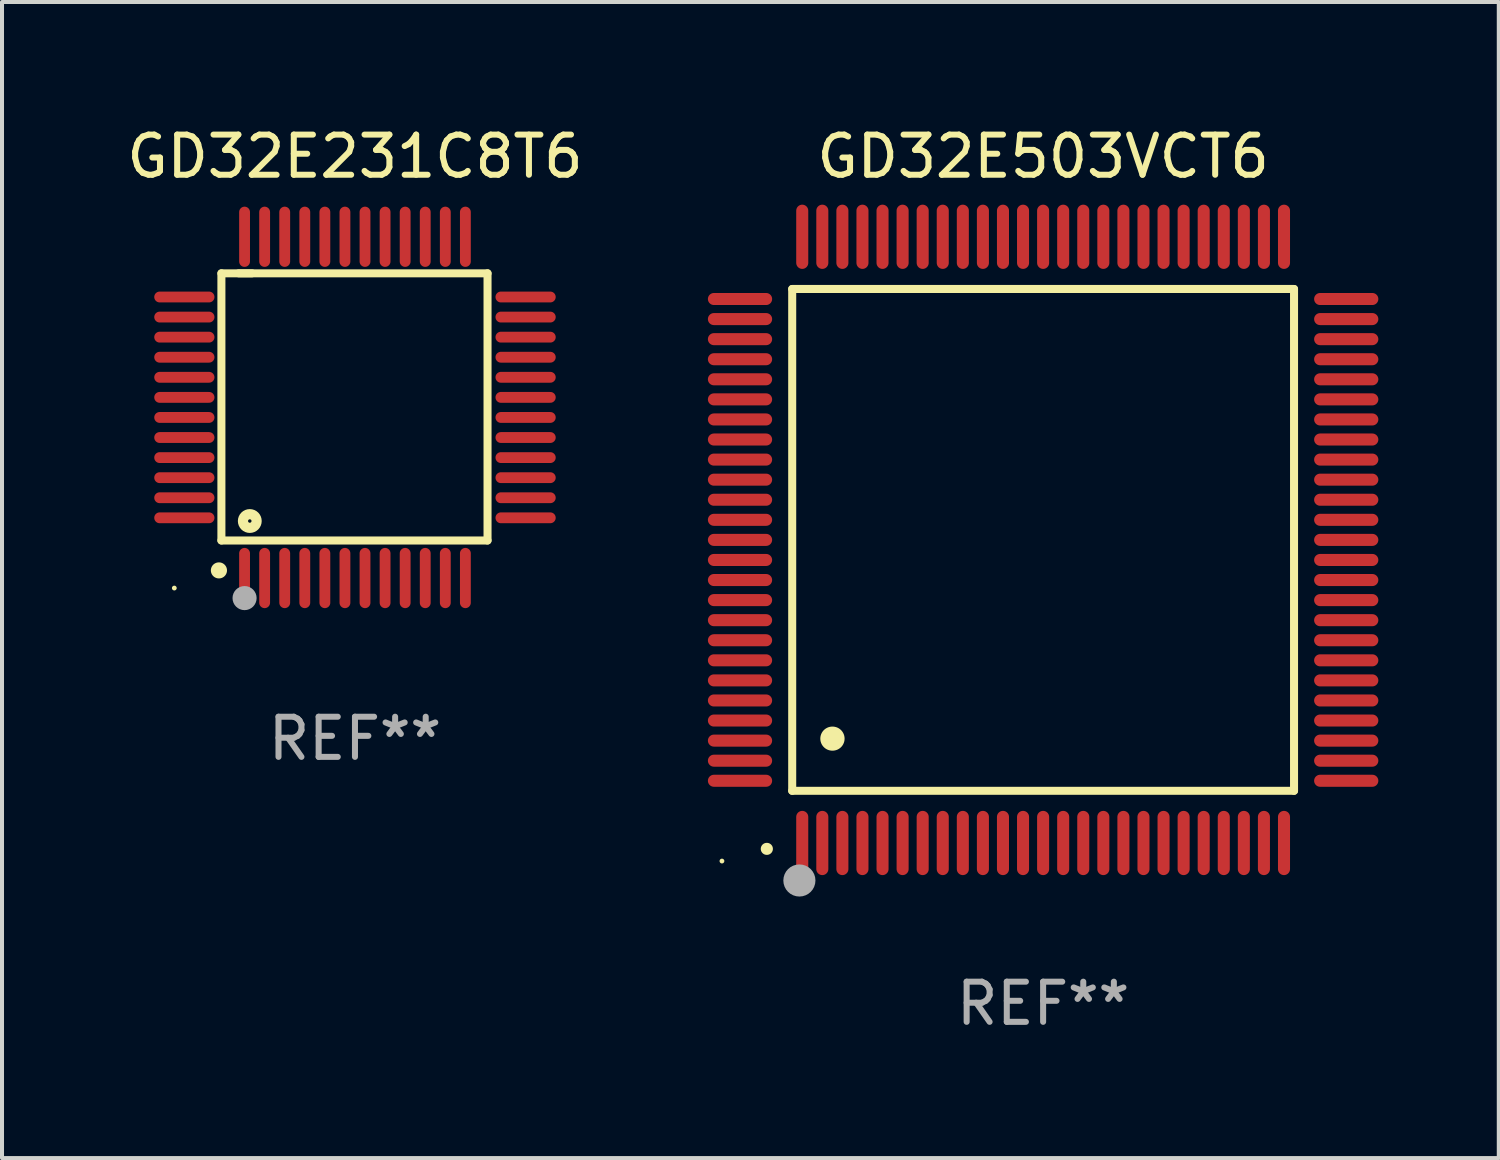
<source format=kicad_pcb>
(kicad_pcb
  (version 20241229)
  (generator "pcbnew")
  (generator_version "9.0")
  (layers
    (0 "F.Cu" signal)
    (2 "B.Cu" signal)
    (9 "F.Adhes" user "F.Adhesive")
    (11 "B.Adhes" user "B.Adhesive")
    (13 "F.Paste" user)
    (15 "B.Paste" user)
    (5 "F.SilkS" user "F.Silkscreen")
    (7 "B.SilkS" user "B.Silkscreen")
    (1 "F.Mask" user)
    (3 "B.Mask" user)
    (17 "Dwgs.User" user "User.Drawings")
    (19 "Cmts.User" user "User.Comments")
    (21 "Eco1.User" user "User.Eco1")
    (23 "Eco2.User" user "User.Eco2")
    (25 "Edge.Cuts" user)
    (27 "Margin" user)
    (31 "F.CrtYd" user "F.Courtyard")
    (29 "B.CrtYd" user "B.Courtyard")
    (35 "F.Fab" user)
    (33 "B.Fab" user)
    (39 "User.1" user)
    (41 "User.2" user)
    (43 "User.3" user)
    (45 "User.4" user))
  (footprint "GD32E503VCT6"
    (layer "F.Cu")
    (at 22.933 10.398)
    (property "Reference" "GD32E503VCT6" (at 0 -9.55 0) (layer "F.SilkS") (effects (font (size 1 1) (thickness 0.15))))
    (attr through_hole)
    (fp_line (start -6.25 -6.25) (end -6.25 6.25) (stroke (width 0.2) (type solid)) (layer "F.SilkS"))
    (fp_line (start -6.25 6.25) (end 6.25 6.25) (stroke (width 0.2) (type solid)) (layer "F.SilkS"))
    (fp_line (start 6.25 -6.25) (end -6.25 -6.25) (stroke (width 0.2) (type solid)) (layer "F.SilkS"))
    (fp_line (start 6.25 6.25) (end 6.25 -6.25) (stroke (width 0.2) (type solid)) (layer "F.SilkS"))
    (fp_arc (start -6.883414 7.696215) (mid -6.882144 7.69621) (end -6.880874 7.696215) (stroke (width 0.3) (type solid)) (layer "F.SilkS"))
    (fp_arc (start -5.250191 4.95047) (mid -5.247651 4.950459) (end -5.245111 4.95047) (stroke (width 0.6) (type solid)) (layer "F.SilkS"))
    (fp_circle (center -8 8) (end -7.97 8) (stroke (width 0.06) (type solid)) (fill no) (layer "F.SilkS"))
    (fp_circle (center -6.071 8.484) (end -5.871 8.484) (stroke (width 0.4) (type solid)) (fill no) (layer "F.Fab"))
    (fp_text user "REF**" (at 0 11.55 0) (layer "F.Fab") (effects (font (size 1 1) (thickness 0.15))))
    (pad "1" smd oval (at -6 7.55) (size 0.3 1.6) (layers "F.Cu" "F.Mask" "F.Paste"))
    (pad "2" smd oval (at -5.5 7.55) (size 0.3 1.6) (layers "F.Cu" "F.Mask" "F.Paste"))
    (pad "3" smd oval (at -5 7.55) (size 0.3 1.6) (layers "F.Cu" "F.Mask" "F.Paste"))
    (pad "4" smd oval (at -4.5 7.55) (size 0.3 1.6) (layers "F.Cu" "F.Mask" "F.Paste"))
    (pad "5" smd oval (at -4 7.55) (size 0.3 1.6) (layers "F.Cu" "F.Mask" "F.Paste"))
    (pad "6" smd oval (at -3.5 7.55) (size 0.3 1.6) (layers "F.Cu" "F.Mask" "F.Paste"))
    (pad "7" smd oval (at -3 7.55) (size 0.3 1.6) (layers "F.Cu" "F.Mask" "F.Paste"))
    (pad "8" smd oval (at -2.5 7.55) (size 0.3 1.6) (layers "F.Cu" "F.Mask" "F.Paste"))
    (pad "9" smd oval (at -2 7.55) (size 0.3 1.6) (layers "F.Cu" "F.Mask" "F.Paste"))
    (pad "10" smd oval (at -1.5 7.55) (size 0.3 1.6) (layers "F.Cu" "F.Mask" "F.Paste"))
    (pad "11" smd oval (at -1 7.55) (size 0.3 1.6) (layers "F.Cu" "F.Mask" "F.Paste"))
    (pad "12" smd oval (at -0.5 7.55) (size 0.3 1.6) (layers "F.Cu" "F.Mask" "F.Paste"))
    (pad "13" smd oval (at 0 7.55) (size 0.3 1.6) (layers "F.Cu" "F.Mask" "F.Paste"))
    (pad "14" smd oval (at 0.5 7.55) (size 0.3 1.6) (layers "F.Cu" "F.Mask" "F.Paste"))
    (pad "15" smd oval (at 1 7.55) (size 0.3 1.6) (layers "F.Cu" "F.Mask" "F.Paste"))
    (pad "16" smd oval (at 1.5 7.55) (size 0.3 1.6) (layers "F.Cu" "F.Mask" "F.Paste"))
    (pad "17" smd oval (at 2 7.55) (size 0.3 1.6) (layers "F.Cu" "F.Mask" "F.Paste"))
    (pad "18" smd oval (at 2.5 7.55) (size 0.3 1.6) (layers "F.Cu" "F.Mask" "F.Paste"))
    (pad "19" smd oval (at 3 7.55) (size 0.3 1.6) (layers "F.Cu" "F.Mask" "F.Paste"))
    (pad "20" smd oval (at 3.5 7.55) (size 0.3 1.6) (layers "F.Cu" "F.Mask" "F.Paste"))
    (pad "21" smd oval (at 4 7.55) (size 0.3 1.6) (layers "F.Cu" "F.Mask" "F.Paste"))
    (pad "22" smd oval (at 4.5 7.55) (size 0.3 1.6) (layers "F.Cu" "F.Mask" "F.Paste"))
    (pad "23" smd oval (at 5 7.55) (size 0.3 1.6) (layers "F.Cu" "F.Mask" "F.Paste"))
    (pad "24" smd oval (at 5.5 7.55) (size 0.3 1.6) (layers "F.Cu" "F.Mask" "F.Paste"))
    (pad "25" smd oval (at 6 7.55) (size 0.3 1.6) (layers "F.Cu" "F.Mask" "F.Paste"))
    (pad "26" smd oval (at 7.55 6) (size 1.6 0.3) (layers "F.Cu" "F.Mask" "F.Paste"))
    (pad "27" smd oval (at 7.55 5.5) (size 1.6 0.3) (layers "F.Cu" "F.Mask" "F.Paste"))
    (pad "28" smd oval (at 7.55 5) (size 1.6 0.3) (layers "F.Cu" "F.Mask" "F.Paste"))
    (pad "29" smd oval (at 7.55 4.5) (size 1.6 0.3) (layers "F.Cu" "F.Mask" "F.Paste"))
    (pad "30" smd oval (at 7.55 4) (size 1.6 0.3) (layers "F.Cu" "F.Mask" "F.Paste"))
    (pad "31" smd oval (at 7.55 3.5) (size 1.6 0.3) (layers "F.Cu" "F.Mask" "F.Paste"))
    (pad "32" smd oval (at 7.55 3) (size 1.6 0.3) (layers "F.Cu" "F.Mask" "F.Paste"))
    (pad "33" smd oval (at 7.55 2.5) (size 1.6 0.3) (layers "F.Cu" "F.Mask" "F.Paste"))
    (pad "34" smd oval (at 7.55 2) (size 1.6 0.3) (layers "F.Cu" "F.Mask" "F.Paste"))
    (pad "35" smd oval (at 7.55 1.5) (size 1.6 0.3) (layers "F.Cu" "F.Mask" "F.Paste"))
    (pad "36" smd oval (at 7.55 1) (size 1.6 0.3) (layers "F.Cu" "F.Mask" "F.Paste"))
    (pad "37" smd oval (at 7.55 0.5) (size 1.6 0.3) (layers "F.Cu" "F.Mask" "F.Paste"))
    (pad "38" smd oval (at 7.55 0) (size 1.6 0.3) (layers "F.Cu" "F.Mask" "F.Paste"))
    (pad "39" smd oval (at 7.55 -0.5) (size 1.6 0.3) (layers "F.Cu" "F.Mask" "F.Paste"))
    (pad "40" smd oval (at 7.55 -1) (size 1.6 0.3) (layers "F.Cu" "F.Mask" "F.Paste"))
    (pad "41" smd oval (at 7.55 -1.5) (size 1.6 0.3) (layers "F.Cu" "F.Mask" "F.Paste"))
    (pad "42" smd oval (at 7.55 -2) (size 1.6 0.3) (layers "F.Cu" "F.Mask" "F.Paste"))
    (pad "43" smd oval (at 7.55 -2.5) (size 1.6 0.3) (layers "F.Cu" "F.Mask" "F.Paste"))
    (pad "44" smd oval (at 7.55 -3) (size 1.6 0.3) (layers "F.Cu" "F.Mask" "F.Paste"))
    (pad "45" smd oval (at 7.55 -3.5) (size 1.6 0.3) (layers "F.Cu" "F.Mask" "F.Paste"))
    (pad "46" smd oval (at 7.55 -4) (size 1.6 0.3) (layers "F.Cu" "F.Mask" "F.Paste"))
    (pad "47" smd oval (at 7.55 -4.5) (size 1.6 0.3) (layers "F.Cu" "F.Mask" "F.Paste"))
    (pad "48" smd oval (at 7.55 -5) (size 1.6 0.3) (layers "F.Cu" "F.Mask" "F.Paste"))
    (pad "49" smd oval (at 7.55 -5.5) (size 1.6 0.3) (layers "F.Cu" "F.Mask" "F.Paste"))
    (pad "50" smd oval (at 7.55 -6) (size 1.6 0.3) (layers "F.Cu" "F.Mask" "F.Paste"))
    (pad "51" smd oval (at 6 -7.55) (size 0.3 1.6) (layers "F.Cu" "F.Mask" "F.Paste"))
    (pad "52" smd oval (at 5.5 -7.55) (size 0.3 1.6) (layers "F.Cu" "F.Mask" "F.Paste"))
    (pad "53" smd oval (at 5 -7.55) (size 0.3 1.6) (layers "F.Cu" "F.Mask" "F.Paste"))
    (pad "54" smd oval (at 4.5 -7.55) (size 0.3 1.6) (layers "F.Cu" "F.Mask" "F.Paste"))
    (pad "55" smd oval (at 4 -7.55) (size 0.3 1.6) (layers "F.Cu" "F.Mask" "F.Paste"))
    (pad "56" smd oval (at 3.5 -7.55) (size 0.3 1.6) (layers "F.Cu" "F.Mask" "F.Paste"))
    (pad "57" smd oval (at 3 -7.55) (size 0.3 1.6) (layers "F.Cu" "F.Mask" "F.Paste"))
    (pad "58" smd oval (at 2.5 -7.55) (size 0.3 1.6) (layers "F.Cu" "F.Mask" "F.Paste"))
    (pad "59" smd oval (at 2 -7.55) (size 0.3 1.6) (layers "F.Cu" "F.Mask" "F.Paste"))
    (pad "60" smd oval (at 1.5 -7.55) (size 0.3 1.6) (layers "F.Cu" "F.Mask" "F.Paste"))
    (pad "61" smd oval (at 1 -7.55) (size 0.3 1.6) (layers "F.Cu" "F.Mask" "F.Paste"))
    (pad "62" smd oval (at 0.5 -7.55) (size 0.3 1.6) (layers "F.Cu" "F.Mask" "F.Paste"))
    (pad "63" smd oval (at 0 -7.55) (size 0.3 1.6) (layers "F.Cu" "F.Mask" "F.Paste"))
    (pad "64" smd oval (at -0.5 -7.55) (size 0.3 1.6) (layers "F.Cu" "F.Mask" "F.Paste"))
    (pad "65" smd oval (at -1 -7.55) (size 0.3 1.6) (layers "F.Cu" "F.Mask" "F.Paste"))
    (pad "66" smd oval (at -1.5 -7.55) (size 0.3 1.6) (layers "F.Cu" "F.Mask" "F.Paste"))
    (pad "67" smd oval (at -2 -7.55) (size 0.3 1.6) (layers "F.Cu" "F.Mask" "F.Paste"))
    (pad "68" smd oval (at -2.5 -7.55) (size 0.3 1.6) (layers "F.Cu" "F.Mask" "F.Paste"))
    (pad "69" smd oval (at -3 -7.55) (size 0.3 1.6) (layers "F.Cu" "F.Mask" "F.Paste"))
    (pad "70" smd oval (at -3.5 -7.55) (size 0.3 1.6) (layers "F.Cu" "F.Mask" "F.Paste"))
    (pad "71" smd oval (at -4 -7.55) (size 0.3 1.6) (layers "F.Cu" "F.Mask" "F.Paste"))
    (pad "72" smd oval (at -4.5 -7.55) (size 0.3 1.6) (layers "F.Cu" "F.Mask" "F.Paste"))
    (pad "73" smd oval (at -5 -7.55) (size 0.3 1.6) (layers "F.Cu" "F.Mask" "F.Paste"))
    (pad "74" smd oval (at -5.5 -7.55) (size 0.3 1.6) (layers "F.Cu" "F.Mask" "F.Paste"))
    (pad "75" smd oval (at -6 -7.55) (size 0.3 1.6) (layers "F.Cu" "F.Mask" "F.Paste"))
    (pad "76" smd oval (at -7.55 -6) (size 1.6 0.3) (layers "F.Cu" "F.Mask" "F.Paste"))
    (pad "77" smd oval (at -7.55 -5.5) (size 1.6 0.3) (layers "F.Cu" "F.Mask" "F.Paste"))
    (pad "78" smd oval (at -7.55 -5) (size 1.6 0.3) (layers "F.Cu" "F.Mask" "F.Paste"))
    (pad "79" smd oval (at -7.55 -4.5) (size 1.6 0.3) (layers "F.Cu" "F.Mask" "F.Paste"))
    (pad "80" smd oval (at -7.55 -4) (size 1.6 0.3) (layers "F.Cu" "F.Mask" "F.Paste"))
    (pad "81" smd oval (at -7.55 -3.5) (size 1.6 0.3) (layers "F.Cu" "F.Mask" "F.Paste"))
    (pad "82" smd oval (at -7.55 -3) (size 1.6 0.3) (layers "F.Cu" "F.Mask" "F.Paste"))
    (pad "83" smd oval (at -7.55 -2.5) (size 1.6 0.3) (layers "F.Cu" "F.Mask" "F.Paste"))
    (pad "84" smd oval (at -7.55 -2) (size 1.6 0.3) (layers "F.Cu" "F.Mask" "F.Paste"))
    (pad "85" smd oval (at -7.55 -1.5) (size 1.6 0.3) (layers "F.Cu" "F.Mask" "F.Paste"))
    (pad "86" smd oval (at -7.55 -1) (size 1.6 0.3) (layers "F.Cu" "F.Mask" "F.Paste"))
    (pad "87" smd oval (at -7.55 -0.5) (size 1.6 0.3) (layers "F.Cu" "F.Mask" "F.Paste"))
    (pad "88" smd oval (at -7.55 0) (size 1.6 0.3) (layers "F.Cu" "F.Mask" "F.Paste"))
    (pad "89" smd oval (at -7.55 0.5) (size 1.6 0.3) (layers "F.Cu" "F.Mask" "F.Paste"))
    (pad "90" smd oval (at -7.55 1) (size 1.6 0.3) (layers "F.Cu" "F.Mask" "F.Paste"))
    (pad "91" smd oval (at -7.55 1.5) (size 1.6 0.3) (layers "F.Cu" "F.Mask" "F.Paste"))
    (pad "92" smd oval (at -7.55 2) (size 1.6 0.3) (layers "F.Cu" "F.Mask" "F.Paste"))
    (pad "93" smd oval (at -7.55 2.5) (size 1.6 0.3) (layers "F.Cu" "F.Mask" "F.Paste"))
    (pad "94" smd oval (at -7.55 3) (size 1.6 0.3) (layers "F.Cu" "F.Mask" "F.Paste"))
    (pad "95" smd oval (at -7.55 3.5) (size 1.6 0.3) (layers "F.Cu" "F.Mask" "F.Paste"))
    (pad "96" smd oval (at -7.55 4) (size 1.6 0.3) (layers "F.Cu" "F.Mask" "F.Paste"))
    (pad "97" smd oval (at -7.55 4.5) (size 1.6 0.3) (layers "F.Cu" "F.Mask" "F.Paste"))
    (pad "98" smd oval (at -7.55 5) (size 1.6 0.3) (layers "F.Cu" "F.Mask" "F.Paste"))
    (pad "99" smd oval (at -7.55 5.5) (size 1.6 0.3) (layers "F.Cu" "F.Mask" "F.Paste"))
    (pad "100" smd oval (at -7.55 6) (size 1.6 0.3) (layers "F.Cu" "F.Mask" "F.Paste")))
  (footprint "GD32E231C8T6"
    (layer "F.Cu")
    (at 5.792 7.098)
    (property "Reference" "GD32E231C8T6" (at 0 -6.25 0) (layer "F.SilkS") (effects (font (size 1 1) (thickness 0.15))))
    (attr through_hole)
    (fp_line (start -3.327 -3.34) (end -2.565 -3.34) (stroke (width 0.2) (type solid)) (layer "F.SilkS"))
    (fp_line (start -3.327 3.315) (end -3.327 -3.34) (stroke (width 0.2) (type solid)) (layer "F.SilkS"))
    (fp_line (start -2.896 -3.34) (end 3.302 -3.34) (stroke (width 0.2) (type solid)) (layer "F.SilkS"))
    (fp_line (start 3.302 -3.34) (end 3.302 3.315) (stroke (width 0.2) (type solid)) (layer "F.SilkS"))
    (fp_line (start 3.302 3.315) (end -3.327 3.315) (stroke (width 0.2) (type solid)) (layer "F.SilkS"))
    (fp_arc (start -3.389992 4.059995) (mid -3.388722 4.059991) (end -3.387452 4.059995) (stroke (width 0.4) (type solid)) (layer "F.SilkS"))
    (fp_circle (center -4.5 4.5) (end -4.47 4.5) (stroke (width 0.06) (type solid)) (fill no) (layer "F.SilkS"))
    (fp_circle (center -2.62 2.83) (end -2.45 2.83) (stroke (width 0.254) (type solid)) (fill no) (layer "F.SilkS"))
    (fp_circle (center -2.75 4.75) (end -2.6 4.75) (stroke (width 0.3) (type solid)) (fill no) (layer "F.Fab"))
    (fp_text user "REF**" (at 0 8.25 0) (layer "F.Fab") (effects (font (size 1 1) (thickness 0.15))))
    (pad "1" smd oval (at -2.75 4.25) (size 0.27 1.5) (layers "F.Cu" "F.Mask" "F.Paste"))
    (pad "2" smd oval (at -2.25 4.25) (size 0.27 1.5) (layers "F.Cu" "F.Mask" "F.Paste"))
    (pad "3" smd oval (at -1.75 4.25) (size 0.27 1.5) (layers "F.Cu" "F.Mask" "F.Paste"))
    (pad "4" smd oval (at -1.25 4.25) (size 0.27 1.5) (layers "F.Cu" "F.Mask" "F.Paste"))
    (pad "5" smd oval (at -0.75 4.25) (size 0.27 1.5) (layers "F.Cu" "F.Mask" "F.Paste"))
    (pad "6" smd oval (at -0.25 4.25) (size 0.27 1.5) (layers "F.Cu" "F.Mask" "F.Paste"))
    (pad "7" smd oval (at 0.25 4.25) (size 0.27 1.5) (layers "F.Cu" "F.Mask" "F.Paste"))
    (pad "8" smd oval (at 0.75 4.25) (size 0.27 1.5) (layers "F.Cu" "F.Mask" "F.Paste"))
    (pad "9" smd oval (at 1.25 4.25) (size 0.27 1.5) (layers "F.Cu" "F.Mask" "F.Paste"))
    (pad "10" smd oval (at 1.75 4.25) (size 0.27 1.5) (layers "F.Cu" "F.Mask" "F.Paste"))
    (pad "11" smd oval (at 2.25 4.25) (size 0.27 1.5) (layers "F.Cu" "F.Mask" "F.Paste"))
    (pad "12" smd oval (at 2.75 4.25) (size 0.27 1.5) (layers "F.Cu" "F.Mask" "F.Paste"))
    (pad "13" smd oval (at 4.25 2.75) (size 1.5 0.27) (layers "F.Cu" "F.Mask" "F.Paste"))
    (pad "14" smd oval (at 4.25 2.25) (size 1.5 0.27) (layers "F.Cu" "F.Mask" "F.Paste"))
    (pad "15" smd oval (at 4.25 1.75) (size 1.5 0.27) (layers "F.Cu" "F.Mask" "F.Paste"))
    (pad "16" smd oval (at 4.25 1.25) (size 1.5 0.27) (layers "F.Cu" "F.Mask" "F.Paste"))
    (pad "17" smd oval (at 4.25 0.75) (size 1.5 0.27) (layers "F.Cu" "F.Mask" "F.Paste"))
    (pad "18" smd oval (at 4.25 0.25) (size 1.5 0.27) (layers "F.Cu" "F.Mask" "F.Paste"))
    (pad "19" smd oval (at 4.25 -0.25) (size 1.5 0.27) (layers "F.Cu" "F.Mask" "F.Paste"))
    (pad "20" smd oval (at 4.25 -0.75) (size 1.5 0.27) (layers "F.Cu" "F.Mask" "F.Paste"))
    (pad "21" smd oval (at 4.25 -1.25) (size 1.5 0.27) (layers "F.Cu" "F.Mask" "F.Paste"))
    (pad "22" smd oval (at 4.25 -1.75) (size 1.5 0.27) (layers "F.Cu" "F.Mask" "F.Paste"))
    (pad "23" smd oval (at 4.25 -2.25) (size 1.5 0.27) (layers "F.Cu" "F.Mask" "F.Paste"))
    (pad "24" smd oval (at 4.25 -2.75) (size 1.5 0.27) (layers "F.Cu" "F.Mask" "F.Paste"))
    (pad "25" smd oval (at 2.75 -4.25) (size 0.27 1.5) (layers "F.Cu" "F.Mask" "F.Paste"))
    (pad "26" smd oval (at 2.25 -4.25) (size 0.27 1.5) (layers "F.Cu" "F.Mask" "F.Paste"))
    (pad "27" smd oval (at 1.75 -4.25) (size 0.27 1.5) (layers "F.Cu" "F.Mask" "F.Paste"))
    (pad "28" smd oval (at 1.25 -4.25) (size 0.27 1.5) (layers "F.Cu" "F.Mask" "F.Paste"))
    (pad "29" smd oval (at 0.75 -4.25) (size 0.27 1.5) (layers "F.Cu" "F.Mask" "F.Paste"))
    (pad "30" smd oval (at 0.25 -4.25) (size 0.27 1.5) (layers "F.Cu" "F.Mask" "F.Paste"))
    (pad "31" smd oval (at -0.25 -4.25) (size 0.27 1.5) (layers "F.Cu" "F.Mask" "F.Paste"))
    (pad "32" smd oval (at -0.75 -4.25) (size 0.27 1.5) (layers "F.Cu" "F.Mask" "F.Paste"))
    (pad "33" smd oval (at -1.25 -4.25) (size 0.27 1.5) (layers "F.Cu" "F.Mask" "F.Paste"))
    (pad "34" smd oval (at -1.75 -4.25) (size 0.27 1.5) (layers "F.Cu" "F.Mask" "F.Paste"))
    (pad "35" smd oval (at -2.25 -4.25) (size 0.27 1.5) (layers "F.Cu" "F.Mask" "F.Paste"))
    (pad "36" smd oval (at -2.75 -4.25) (size 0.27 1.5) (layers "F.Cu" "F.Mask" "F.Paste"))
    (pad "37" smd oval (at -4.25 -2.75) (size 1.5 0.27) (layers "F.Cu" "F.Mask" "F.Paste"))
    (pad "38" smd oval (at -4.25 -2.25) (size 1.5 0.27) (layers "F.Cu" "F.Mask" "F.Paste"))
    (pad "39" smd oval (at -4.25 -1.75) (size 1.5 0.27) (layers "F.Cu" "F.Mask" "F.Paste"))
    (pad "40" smd oval (at -4.25 -1.25) (size 1.5 0.27) (layers "F.Cu" "F.Mask" "F.Paste"))
    (pad "41" smd oval (at -4.25 -0.75) (size 1.5 0.27) (layers "F.Cu" "F.Mask" "F.Paste"))
    (pad "42" smd oval (at -4.25 -0.25) (size 1.5 0.27) (layers "F.Cu" "F.Mask" "F.Paste"))
    (pad "43" smd oval (at -4.25 0.25) (size 1.5 0.27) (layers "F.Cu" "F.Mask" "F.Paste"))
    (pad "44" smd oval (at -4.25 0.75) (size 1.5 0.27) (layers "F.Cu" "F.Mask" "F.Paste"))
    (pad "45" smd oval (at -4.25 1.25) (size 1.5 0.27) (layers "F.Cu" "F.Mask" "F.Paste"))
    (pad "46" smd oval (at -4.25 1.75) (size 1.5 0.27) (layers "F.Cu" "F.Mask" "F.Paste"))
    (pad "47" smd oval (at -4.25 2.25) (size 1.5 0.27) (layers "F.Cu" "F.Mask" "F.Paste"))
    (pad "48" smd oval (at -4.25 2.75) (size 1.5 0.27) (layers "F.Cu" "F.Mask" "F.Paste")))
  (gr_rect
    (start -3 -3)
    (end 34.283 25.796)
    (stroke (width 0.1) (type default))
    (fill no)
    (layer "Edge.Cuts")))
</source>
